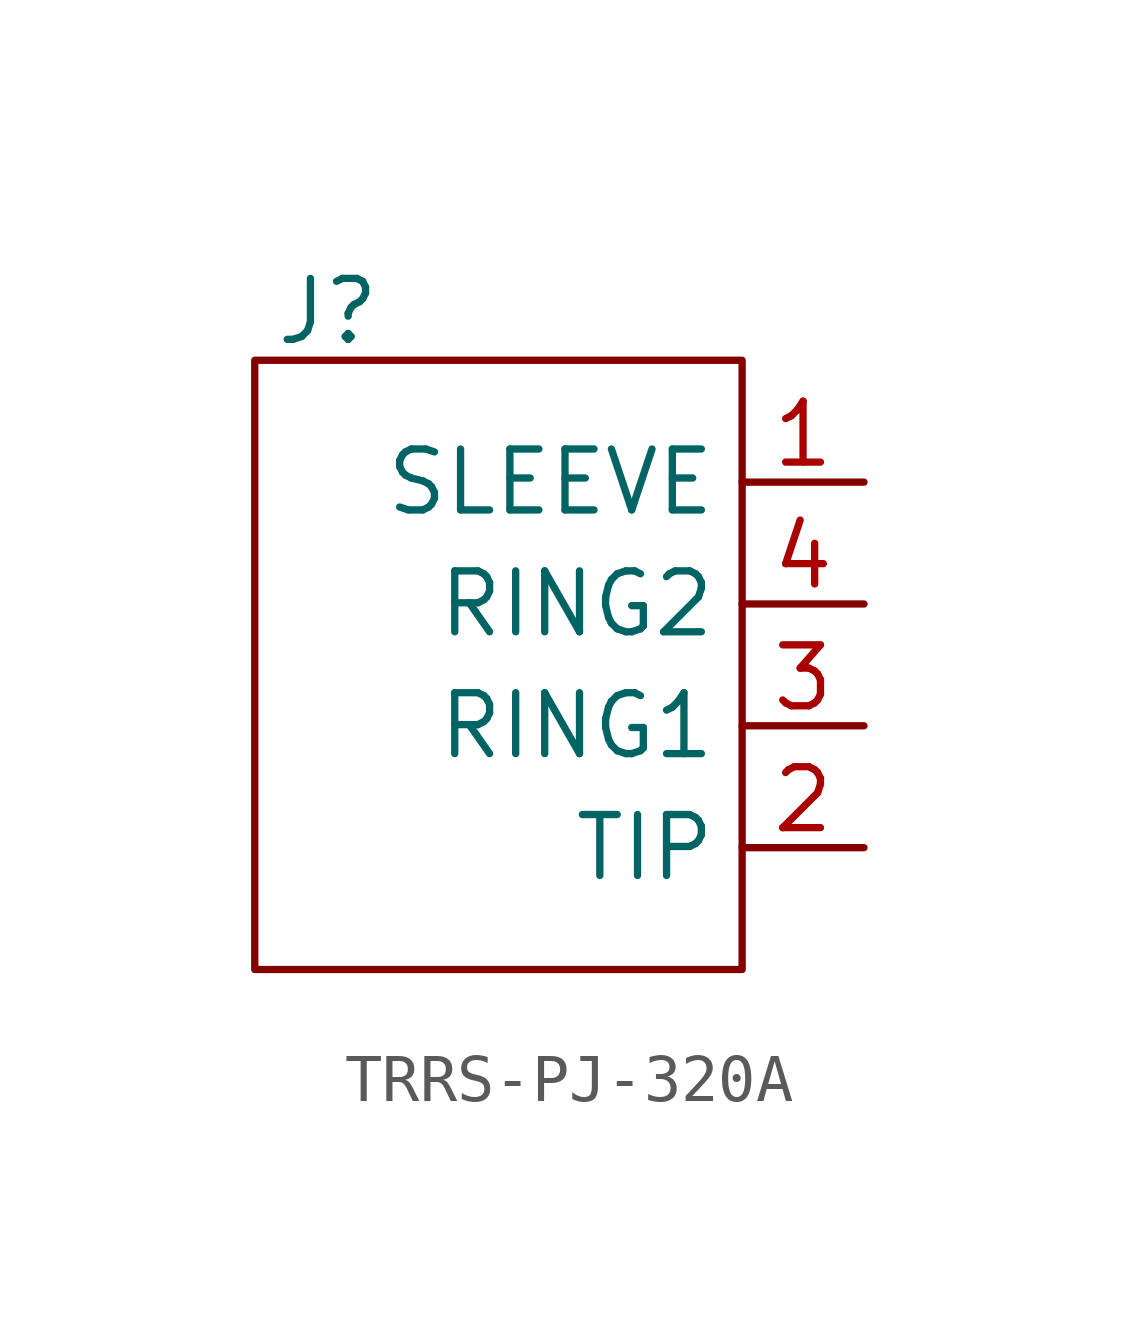
<source format=kicad_sym>
(kicad_symbol_lib
  (version 20241209)
  (generator "kicad_symbol_editor")
  (generator_version "9.0")
  (symbol "TRRS-PJ-320A"
    (property "Reference" "J"
      (at -3.556 7.366 0)
      (effects (font (size 1.27 1.27))))
    (property "Value" ""
      (at 0 0 0)
      (effects (font (size 1.27 1.27))))
    (symbol "TRRS-PJ-320A_0_1"
      (rectangle (start -5.08 6.35) (end 5.08 -6.35) (stroke (width 0) (type default)) (fill (type none))))
    (symbol "TRRS-PJ-320A_1_1"
      (pin input line (at 7.62 3.81 180) (length 2.54) (name "SLEEVE" (effects (font (size 1.27 1.27)))) (number "1" (effects (font (size 1.27 1.27)))))
      (pin input line (at 7.62 1.27 180) (length 2.54) (name "RING2" (effects (font (size 1.27 1.27)))) (number "4" (effects (font (size 1.27 1.27)))))
      (pin input line (at 7.62 -1.27 180) (length 2.54) (name "RING1" (effects (font (size 1.27 1.27)))) (number "3" (effects (font (size 1.27 1.27)))))
      (pin input line (at 7.62 -3.81 180) (length 2.54) (name "TIP" (effects (font (size 1.27 1.27)))) (number "2" (effects (font (size 1.27 1.27))))))))
</source>
